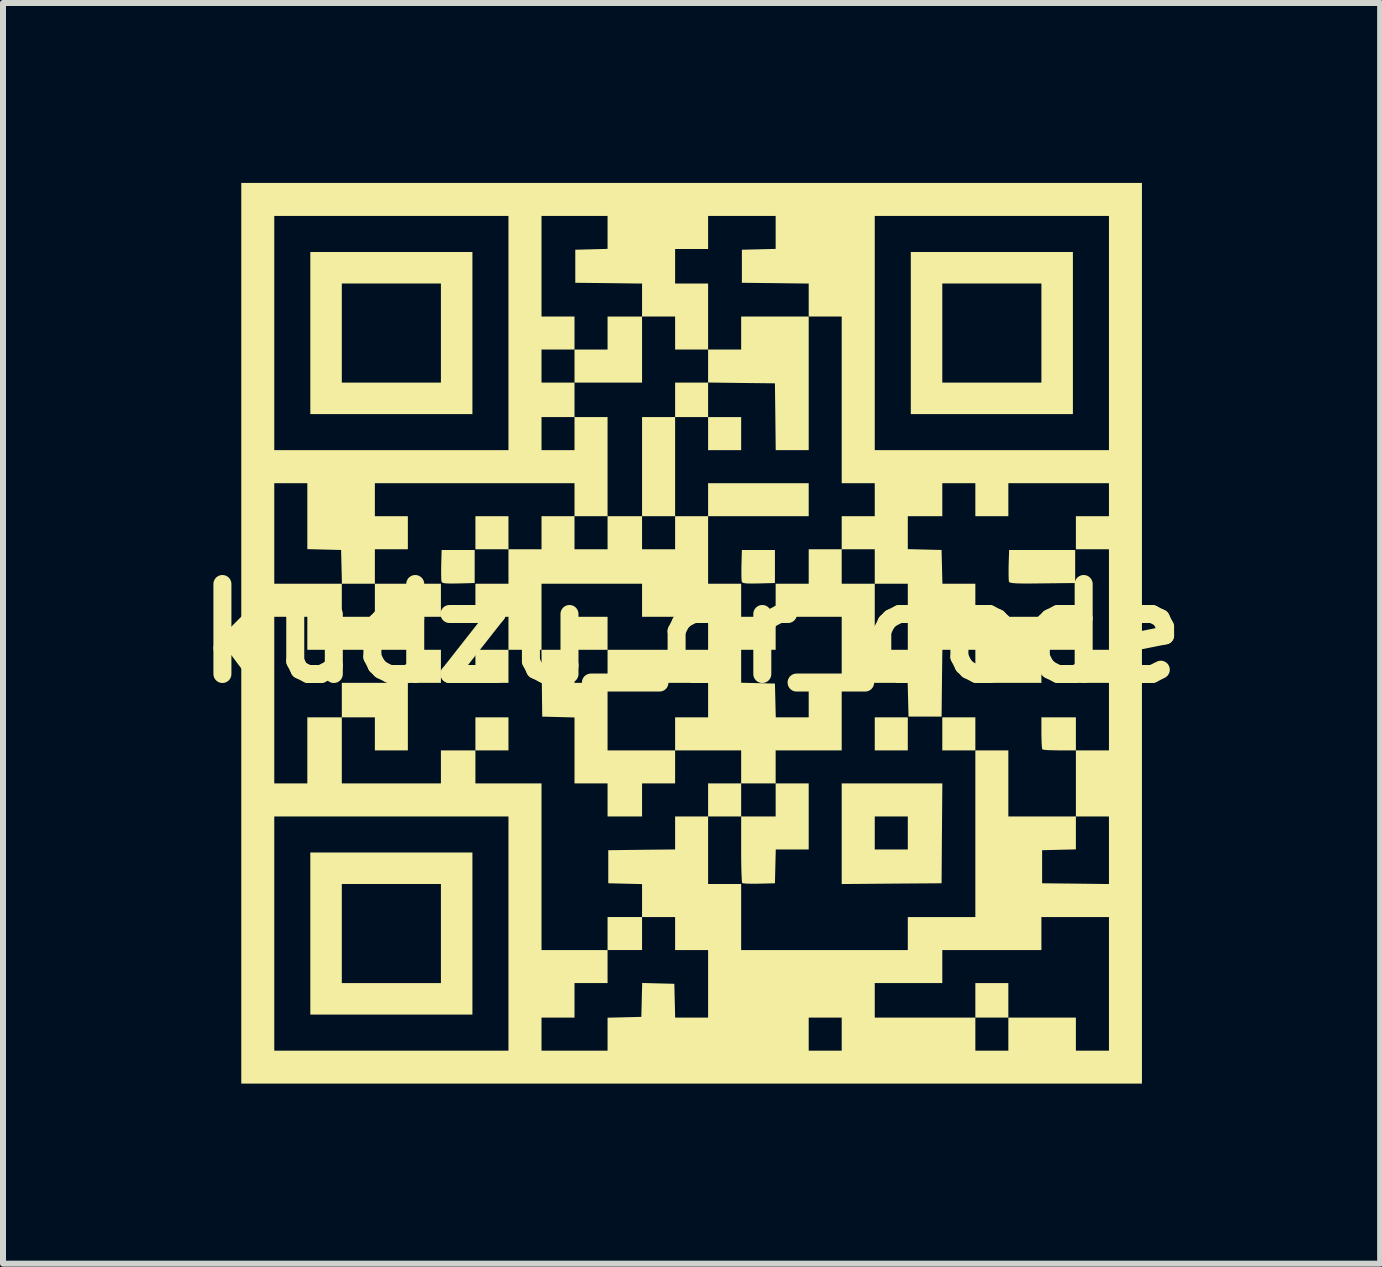
<source format=kicad_pcb>
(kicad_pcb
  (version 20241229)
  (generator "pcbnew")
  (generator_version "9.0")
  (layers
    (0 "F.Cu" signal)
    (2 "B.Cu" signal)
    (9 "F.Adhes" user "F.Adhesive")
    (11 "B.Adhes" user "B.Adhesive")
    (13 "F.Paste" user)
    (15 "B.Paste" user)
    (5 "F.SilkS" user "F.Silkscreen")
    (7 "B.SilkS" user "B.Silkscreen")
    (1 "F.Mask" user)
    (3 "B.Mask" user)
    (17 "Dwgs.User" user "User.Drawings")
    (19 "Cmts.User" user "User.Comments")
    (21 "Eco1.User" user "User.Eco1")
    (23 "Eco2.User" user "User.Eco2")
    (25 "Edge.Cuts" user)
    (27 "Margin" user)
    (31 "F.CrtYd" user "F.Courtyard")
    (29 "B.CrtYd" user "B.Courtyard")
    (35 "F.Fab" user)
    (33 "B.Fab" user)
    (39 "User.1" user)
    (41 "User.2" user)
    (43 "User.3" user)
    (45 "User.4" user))
  (footprint "kudzu_qr_code"
    (layer "F.Cu")
    (at 8.479 7.507)
    (property "Reference" "kudzu_qr_code" (at 0 0 0) (layer "F.SilkS") (effects (font (size 1.5 1.5) (thickness 0.3))))
    (attr board_only exclude_from_pos_files exclude_from_bom)
    (fp_poly (pts (xy -3.053 1.677) (xy -3.053 1.952) (xy -3.328 1.952) (xy -3.604 1.952) (xy -3.604 1.677) (xy -3.604 1.401) (xy -3.328 1.401) (xy -3.053 1.401)) (stroke (width 0) (type solid)) (fill yes) (layer "F.SilkS"))
    (fp_poly (pts (xy -1.401 0) (xy -1.401 0.275) (xy -1.677 0.275) (xy -1.952 0.275) (xy -1.952 0) (xy -1.952 -0.275) (xy -1.677 -0.275) (xy -1.401 -0.275)) (stroke (width 0) (type solid)) (fill yes) (layer "F.SilkS"))
    (fp_poly (pts (xy -0.826 5.005) (xy -0.826 5.28) (xy -1.114 5.28) (xy -1.401 5.28) (xy -1.401 5.005) (xy -1.401 4.73) (xy -1.114 4.73) (xy -0.826 4.73)) (stroke (width 0) (type solid)) (fill yes) (layer "F.SilkS"))
    (fp_poly (pts (xy 0.826 -3.328) (xy 0.826 -3.053) (xy 0.551 -3.053) (xy 0.275 -3.053) (xy 0.275 -3.328) (xy 0.275 -3.604) (xy 0.551 -3.604) (xy 0.826 -3.604)) (stroke (width 0) (type solid)) (fill yes) (layer "F.SilkS"))
    (fp_poly (pts (xy 3.604 1.677) (xy 3.604 1.952) (xy 3.328 1.952) (xy 3.053 1.952) (xy 3.053 1.677) (xy 3.053 1.401) (xy 3.328 1.401) (xy 3.604 1.401)) (stroke (width 0) (type solid)) (fill yes) (layer "F.SilkS"))
    (fp_poly (pts (xy 4.73 1.677) (xy 4.73 1.952) (xy 4.454 1.952) (xy 4.179 1.952) (xy 4.179 1.677) (xy 4.179 1.401) (xy 4.454 1.401) (xy 4.73 1.401)) (stroke (width 0) (type solid)) (fill yes) (layer "F.SilkS"))
    (fp_poly (pts (xy 5.28 6.119) (xy 5.28 6.406) (xy 5.005 6.406) (xy 4.73 6.406) (xy 4.73 6.119) (xy 4.73 5.831) (xy 5.005 5.831) (xy 5.28 5.831)) (stroke (width 0) (type solid)) (fill yes) (layer "F.SilkS"))
    (fp_poly (pts (xy -0.826 -4.73) (xy -0.826 -4.179) (xy -1.389 -4.179) (xy -1.952 -4.179) (xy -1.952 -4.454) (xy -1.952 -4.73) (xy -1.677 -4.73) (xy -1.401 -4.73) (xy -1.401 -5.005) (xy -1.401 -5.28) (xy -1.114 -5.28) (xy -0.826 -5.28)) (stroke (width 0) (type solid)) (fill yes) (layer "F.SilkS"))
    (fp_poly (pts (xy 6.406 1.677) (xy 6.406 1.952) (xy 6.135 1.952) (xy 6.023 1.95) (xy 5.931 1.947) (xy 5.868 1.941) (xy 5.847 1.935) (xy 5.84 1.905) (xy 5.835 1.835) (xy 5.832 1.739) (xy 5.831 1.66) (xy 5.831 1.401) (xy 6.119 1.401) (xy 6.406 1.401)) (stroke (width 0) (type solid)) (fill yes) (layer "F.SilkS"))
    (fp_poly (pts (xy -3.616 -1.114) (xy -3.616 -0.838) (xy -3.886 -0.831) (xy -4.012 -0.829) (xy -4.096 -0.832) (xy -4.145 -0.84) (xy -4.166 -0.855) (xy -4.168 -0.858) (xy -4.173 -0.896) (xy -4.175 -0.972) (xy -4.175 -1.073) (xy -4.174 -1.14) (xy -4.167 -1.389) (xy -3.891 -1.389) (xy -3.616 -1.389)) (stroke (width 0) (type solid)) (fill yes) (layer "F.SilkS"))
    (fp_poly (pts (xy 1.389 -1.114) (xy 1.389 -0.838) (xy 1.119 -0.831) (xy 0.993 -0.829) (xy 0.909 -0.832) (xy 0.86 -0.84) (xy 0.838 -0.855) (xy 0.837 -0.858) (xy 0.832 -0.896) (xy 0.83 -0.972) (xy 0.83 -1.073) (xy 0.831 -1.14) (xy 0.838 -1.389) (xy 1.114 -1.389) (xy 1.389 -1.389)) (stroke (width 0) (type solid)) (fill yes) (layer "F.SilkS"))
    (fp_poly (pts (xy 1.952 -4.167) (xy 1.952 -3.053) (xy 1.677 -3.053) (xy 1.402 -3.053) (xy 1.396 -3.61) (xy 1.389 -4.167) (xy 0.832 -4.173) (xy 0.275 -4.18) (xy 0.275 -4.454) (xy 0.275 -4.73) (xy 0.551 -4.73) (xy 0.826 -4.73) (xy 0.826 -5.005) (xy 0.826 -5.28) (xy 1.389 -5.28) (xy 1.952 -5.28)) (stroke (width 0) (type solid)) (fill yes) (layer "F.SilkS"))
    (fp_poly (pts (xy 6.394 -1.114) (xy 6.394 -0.838) (xy 5.849 -0.832) (xy 5.664 -0.83) (xy 5.523 -0.83) (xy 5.421 -0.832) (xy 5.352 -0.837) (xy 5.311 -0.845) (xy 5.293 -0.855) (xy 5.291 -0.858) (xy 5.286 -0.897) (xy 5.284 -0.972) (xy 5.284 -1.073) (xy 5.285 -1.14) (xy 5.293 -1.389) (xy 5.843 -1.389) (xy 6.394 -1.389)) (stroke (width 0) (type solid)) (fill yes) (layer "F.SilkS"))
    (fp_poly (pts (xy -3.654 -5.005) (xy -3.654 -3.654) (xy -5.005 -3.654) (xy -6.356 -3.654) (xy -6.356 -5.005) (xy -6.356 -5.831) (xy -5.831 -5.831) (xy -5.831 -5.005) (xy -5.831 -4.179) (xy -5.005 -4.179) (xy -4.179 -4.179) (xy -4.179 -5.005) (xy -4.179 -5.831) (xy -5.005 -5.831) (xy -5.831 -5.831) (xy -6.356 -5.831) (xy -6.356 -6.356) (xy -5.005 -6.356) (xy -3.654 -6.356)) (stroke (width 0) (type solid)) (fill yes) (layer "F.SilkS"))
    (fp_poly (pts (xy -3.654 5.005) (xy -3.654 6.356) (xy -5.005 6.356) (xy -6.356 6.356) (xy -6.356 5.005) (xy -6.356 4.179) (xy -5.831 4.179) (xy -5.831 5.005) (xy -5.831 5.831) (xy -5.005 5.831) (xy -4.179 5.831) (xy -4.179 5.005) (xy -4.179 4.179) (xy -5.005 4.179) (xy -5.831 4.179) (xy -6.356 4.179) (xy -6.356 3.654) (xy -5.005 3.654) (xy -3.654 3.654)) (stroke (width 0) (type solid)) (fill yes) (layer "F.SilkS"))
    (fp_poly (pts (xy 4.173 3.335) (xy 4.167 4.167) (xy 3.335 4.173) (xy 2.502 4.18) (xy 2.502 3.341) (xy 2.502 3.053) (xy 3.053 3.053) (xy 3.053 3.328) (xy 3.053 3.604) (xy 3.328 3.604) (xy 3.604 3.604) (xy 3.604 3.328) (xy 3.604 3.053) (xy 3.328 3.053) (xy 3.053 3.053) (xy 2.502 3.053) (xy 2.502 2.502) (xy 3.341 2.502) (xy 4.18 2.502)) (stroke (width 0) (type solid)) (fill yes) (layer "F.SilkS"))
    (fp_poly (pts (xy 6.356 -5.005) (xy 6.356 -3.654) (xy 5.005 -3.654) (xy 3.654 -3.654) (xy 3.654 -5.005) (xy 3.654 -5.831) (xy 4.179 -5.831) (xy 4.179 -5.005) (xy 4.179 -4.179) (xy 5.005 -4.179) (xy 5.831 -4.179) (xy 5.831 -5.005) (xy 5.831 -5.831) (xy 5.005 -5.831) (xy 4.179 -5.831) (xy 3.654 -5.831) (xy 3.654 -6.356) (xy 5.005 -6.356) (xy 6.356 -6.356)) (stroke (width 0) (type solid)) (fill yes) (layer "F.SilkS"))
    (fp_poly (pts (xy -4.179 0.551) (xy -4.179 0.826) (xy -4.454 0.826) (xy -4.73 0.826) (xy -4.73 1.389) (xy -4.73 1.952) (xy -5.005 1.952) (xy -5.28 1.952) (xy -5.28 1.677) (xy -5.28 1.401) (xy -5.555 1.401) (xy -5.831 1.401) (xy -5.831 1.114) (xy -5.831 0.826) (xy -5.28 0.826) (xy -4.73 0.826) (xy -4.73 0.551) (xy -4.73 0.275) (xy -4.454 0.275) (xy -4.179 0.275)) (stroke (width 0) (type solid)) (fill yes) (layer "F.SilkS"))
    (fp_poly (pts (xy 0.275 -3.892) (xy 0.275 -3.604) (xy 0 -3.604) (xy -0.275 -3.604) (xy -0.275 -2.778) (xy -0.275 -1.952) (xy 0 -1.952) (xy 0.275 -1.952) (xy 0.275 -2.227) (xy 0.275 -2.502) (xy 1.114 -2.502) (xy 1.952 -2.502) (xy 1.952 -2.227) (xy 1.952 -1.952) (xy 1.114 -1.952) (xy 0.275 -1.952) (xy 0.275 -1.389) (xy 0.275 -0.826) (xy 0.551 -0.826) (xy 0.826 -0.826) (xy 0.826 -0.551) (xy 0.826 -0.275) (xy 1.114 -0.275) (xy 1.401 -0.275) (xy 1.401 0) (xy 1.401 0.275) (xy 1.114 0.275) (xy 0.826 0.275) (xy 0.826 0.55) (xy 0.826 0.824) (xy 1.107 0.831) (xy 1.389 0.838) (xy 1.396 1.12) (xy 1.403 1.401) (xy 1.677 1.401) (xy 1.952 1.401) (xy 1.952 1.114) (xy 1.952 0.826) (xy 2.227 0.826) (xy 2.502 0.826) (xy 2.502 1.389) (xy 2.502 1.952) (xy 1.952 1.952) (xy 1.401 1.952) (xy 1.401 2.227) (xy 1.401 2.502) (xy 1.114 2.502) (xy 0.826 2.502) (xy 0.826 2.778) (xy 0.826 3.053) (xy 1.114 3.053) (xy 1.401 3.053) (xy 1.401 2.778) (xy 1.401 2.502) (xy 1.677 2.502) (xy 1.952 2.502) (xy 1.952 3.053) (xy 1.952 3.604) (xy 1.677 3.604) (xy 1.403 3.604) (xy 1.396 3.885) (xy 1.389 4.167) (xy 1.125 4.174) (xy 1.014 4.175) (xy 0.923 4.173) (xy 0.862 4.168) (xy 0.843 4.163) (xy 0.838 4.134) (xy 0.834 4.062) (xy 0.83 3.956) (xy 0.827 3.821) (xy 0.826 3.667) (xy 0.826 3.599) (xy 0.826 3.053) (xy 0.551 3.053) (xy 0.275 3.053) (xy 0.275 2.778) (xy 0.275 2.502) (xy 0.551 2.502) (xy 0.826 2.502) (xy 0.826 2.227) (xy 0.826 1.952) (xy 0.275 1.952) (xy -0.275 1.952) (xy -0.275 2.227) (xy -0.275 2.502) (xy -0.551 2.502) (xy -0.826 2.502) (xy -0.826 2.778) (xy -0.826 3.053) (xy -1.114 3.053) (xy -1.401 3.053) (xy -1.401 2.778) (xy -1.401 2.502) (xy -1.677 2.502) (xy -1.952 2.502) (xy -1.952 1.953) (xy -1.952 1.403) (xy -2.221 1.396) (xy -2.49 1.389) (xy -2.497 0.832) (xy -2.503 0.275) (xy -2.778 0.275) (xy -3.053 0.275) (xy -3.053 0.551) (xy -3.053 0.826) (xy -3.328 0.826) (xy -3.604 0.826) (xy -3.604 0.551) (xy -3.604 0.275) (xy -3.328 0.275) (xy -3.053 0.275) (xy -3.053 0) (xy -3.053 -0.275) (xy -3.328 -0.275) (xy -3.604 -0.275) (xy -3.604 -0.551) (xy -3.604 -0.826) (xy -3.328 -0.826) (xy -3.053 -0.826) (xy -2.502 -0.826) (xy -2.502 -0.275) (xy -2.502 0.275) (xy -2.227 0.275) (xy -1.952 0.275) (xy -1.952 0.551) (xy -1.952 0.826) (xy -1.677 0.826) (xy -1.401 0.826) (xy -1.401 1.389) (xy -1.401 1.952) (xy -0.838 1.952) (xy -0.275 1.952) (xy -0.275 1.677) (xy -0.275 1.401) (xy 0 1.401) (xy 0.275 1.401) (xy 0.275 1.114) (xy 0.275 0.826) (xy -0.563 0.826) (xy -1.401 0.826) (xy -1.401 0.551) (xy -1.401 0.275) (xy -0.563 0.275) (xy 0.275 0.275) (xy 0.275 0) (xy 0.275 -0.275) (xy -0.275 -0.275) (xy -0.826 -0.275) (xy -0.826 -0.551) (xy -0.826 -0.826) (xy -1.664 -0.826) (xy -2.502 -0.826) (xy -3.053 -0.826) (xy -3.053 -1.114) (xy -3.053 -1.401) (xy -3.328 -1.401) (xy -3.604 -1.401) (xy -3.604 -1.677) (xy -3.604 -1.952) (xy -3.328 -1.952) (xy -3.053 -1.952) (xy -3.053 -1.677) (xy -3.053 -1.401) (xy -2.778 -1.401) (xy -2.502 -1.401) (xy -2.502 -1.677) (xy -2.502 -1.952) (xy -2.227 -1.952) (xy -1.952 -1.952) (xy -1.952 -1.677) (xy -1.952 -1.401) (xy -1.677 -1.401) (xy -1.401 -1.401) (xy -1.401 -1.677) (xy -1.401 -1.952) (xy -1.114 -1.952) (xy -0.826 -1.952) (xy -0.826 -1.677) (xy -0.826 -1.401) (xy -0.551 -1.401) (xy -0.275 -1.401) (xy -0.275 -1.677) (xy -0.275 -1.952) (xy -0.551 -1.952) (xy -0.826 -1.952) (xy -0.826 -2.778) (xy -0.826 -3.604) (xy -0.551 -3.604) (xy -0.275 -3.604) (xy -0.275 -3.891) (xy -0.275 -4.179) (xy 0 -4.179) (xy 0.275 -4.179)) (stroke (width 0) (type solid)) (fill yes) (layer "F.SilkS"))
    (fp_poly (pts (xy 7.507 0) (xy 7.507 7.507) (xy 0 7.507) (xy -7.507 7.507) (xy -7.507 3.053) (xy -6.957 3.053) (xy -6.957 5.005) (xy -6.957 6.957) (xy -5.005 6.957) (xy -3.053 6.957) (xy -3.053 5.005) (xy -3.053 3.053) (xy -5.005 3.053) (xy -6.957 3.053) (xy -7.507 3.053) (xy -7.507 2.502) (xy -6.957 2.502) (xy -6.682 2.502) (xy -6.406 2.502) (xy -6.406 1.952) (xy -6.406 1.401) (xy -6.119 1.401) (xy -5.831 1.401) (xy -5.831 1.952) (xy -5.831 2.502) (xy -5.005 2.502) (xy -4.179 2.502) (xy -4.179 2.227) (xy -4.179 1.952) (xy -3.891 1.952) (xy -3.604 1.952) (xy -3.604 2.227) (xy -3.604 2.502) (xy -3.053 2.502) (xy -2.502 2.502) (xy -2.502 3.891) (xy -2.502 5.28) (xy -1.952 5.28) (xy -1.401 5.28) (xy -1.401 5.555) (xy -1.401 5.831) (xy -1.677 5.831) (xy -1.952 5.831) (xy -1.952 6.119) (xy -1.952 6.406) (xy -2.227 6.406) (xy -2.502 6.406) (xy -2.502 6.682) (xy -2.502 6.957) (xy -1.952 6.957) (xy -1.401 6.957) (xy -1.401 6.682) (xy -1.401 6.408) (xy -1.12 6.401) (xy -0.838 6.394) (xy -0.831 6.111) (xy -0.824 5.829) (xy -0.556 5.836) (xy -0.288 5.843) (xy -0.281 6.125) (xy -0.274 6.406) (xy 0.001 6.406) (xy 0.275 6.406) (xy 1.952 6.406) (xy 1.952 6.682) (xy 1.952 6.957) (xy 2.227 6.957) (xy 2.502 6.957) (xy 2.502 6.682) (xy 2.502 6.406) (xy 3.053 6.406) (xy 3.891 6.406) (xy 4.73 6.406) (xy 4.73 6.682) (xy 4.73 6.957) (xy 5.005 6.957) (xy 5.28 6.957) (xy 5.28 6.682) (xy 5.28 6.406) (xy 5.843 6.406) (xy 6.406 6.406) (xy 6.406 6.682) (xy 6.406 6.957) (xy 6.682 6.957) (xy 6.957 6.957) (xy 6.957 5.843) (xy 6.957 4.73) (xy 6.394 4.73) (xy 5.831 4.73) (xy 5.831 5.005) (xy 5.831 5.28) (xy 5.005 5.28) (xy 4.179 5.28) (xy 4.179 5.555) (xy 4.179 5.831) (xy 3.616 5.831) (xy 3.053 5.831) (xy 3.053 6.119) (xy 3.053 6.406) (xy 2.502 6.406) (xy 2.227 6.406) (xy 1.952 6.406) (xy 0.275 6.406) (xy 0.275 5.843) (xy 0.275 5.28) (xy 0 5.28) (xy -0.275 5.28) (xy -0.275 5.005) (xy -0.275 4.73) (xy -0.551 4.73) (xy -0.826 4.73) (xy -0.826 4.455) (xy -0.826 4.181) (xy -1.107 4.174) (xy -1.389 4.167) (xy -1.389 3.891) (xy -1.389 3.616) (xy -0.832 3.609) (xy -0.275 3.603) (xy -0.275 3.328) (xy -0.275 3.053) (xy 0 3.053) (xy 0.275 3.053) (xy 0.275 3.616) (xy 0.275 4.179) (xy 0.551 4.179) (xy 0.826 4.179) (xy 0.826 4.73) (xy 0.826 5.28) (xy 2.215 5.28) (xy 3.604 5.28) (xy 3.604 5.005) (xy 3.604 4.73) (xy 4.167 4.73) (xy 4.73 4.73) (xy 4.73 4.167) (xy 5.843 4.167) (xy 6.4 4.173) (xy 6.957 4.18) (xy 6.957 3.617) (xy 6.957 3.053) (xy 6.682 3.053) (xy 6.406 3.053) (xy 6.406 3.327) (xy 6.406 3.602) (xy 6.125 3.609) (xy 5.843 3.616) (xy 5.843 3.891) (xy 5.843 4.167) (xy 4.73 4.167) (xy 4.73 3.341) (xy 4.73 1.952) (xy 5.005 1.952) (xy 5.28 1.952) (xy 5.28 2.502) (xy 5.28 3.053) (xy 5.843 3.053) (xy 6.406 3.053) (xy 6.406 2.502) (xy 6.406 1.952) (xy 6.682 1.952) (xy 6.957 1.952) (xy 6.957 1.389) (xy 6.957 0.826) (xy 6.682 0.826) (xy 6.406 0.826) (xy 6.406 0.551) (xy 6.406 0.275) (xy 6.682 0.275) (xy 6.957 0.275) (xy 6.957 -0.563) (xy 6.957 -1.401) (xy 6.682 -1.401) (xy 6.406 -1.401) (xy 6.406 -1.677) (xy 6.406 -1.952) (xy 6.682 -1.952) (xy 6.957 -1.952) (xy 6.957 -2.227) (xy 6.957 -2.502) (xy 6.119 -2.502) (xy 5.28 -2.502) (xy 5.28 -2.227) (xy 5.28 -1.952) (xy 5.005 -1.952) (xy 4.73 -1.952) (xy 4.73 -2.227) (xy 4.73 -2.502) (xy 4.454 -2.502) (xy 4.179 -2.502) (xy 4.179 -2.227) (xy 4.179 -1.952) (xy 3.891 -1.952) (xy 3.604 -1.952) (xy 3.604 -1.677) (xy 3.604 -1.403) (xy 3.885 -1.396) (xy 4.167 -1.389) (xy 4.174 -1.107) (xy 4.181 -0.826) (xy 4.455 -0.826) (xy 4.73 -0.826) (xy 4.73 -0.551) (xy 4.73 -0.275) (xy 5.568 -0.275) (xy 6.406 -0.275) (xy 6.406 0) (xy 6.406 0.275) (xy 6.119 0.275) (xy 5.831 0.275) (xy 5.831 0.551) (xy 5.831 0.826) (xy 5.28 0.826) (xy 4.73 0.826) (xy 4.73 0.551) (xy 4.73 0.275) (xy 4.455 0.275) (xy 4.18 0.275) (xy 4.173 0.832) (xy 4.167 1.389) (xy 3.891 1.389) (xy 3.616 1.389) (xy 3.609 1.107) (xy 3.602 0.826) (xy 3.052 0.826) (xy 2.502 0.826) (xy 2.502 0.275) (xy 2.502 -0.275) (xy 1.952 -0.275) (xy 1.401 -0.275) (xy 1.401 -0.551) (xy 1.401 -0.826) (xy 1.677 -0.826) (xy 1.952 -0.826) (xy 1.952 -1.114) (xy 1.952 -1.401) (xy 2.227 -1.401) (xy 2.502 -1.401) (xy 2.502 -1.114) (xy 2.502 -0.826) (xy 2.778 -0.826) (xy 3.053 -0.826) (xy 3.053 -0.275) (xy 3.053 0.275) (xy 3.328 0.275) (xy 3.604 0.275) (xy 3.604 -0.275) (xy 3.604 -0.826) (xy 3.328 -0.826) (xy 3.053 -0.826) (xy 3.053 -1.114) (xy 3.053 -1.401) (xy 2.778 -1.401) (xy 2.502 -1.401) (xy 2.502 -1.677) (xy 2.502 -1.952) (xy 2.778 -1.952) (xy 3.053 -1.952) (xy 3.053 -2.227) (xy 3.053 -2.502) (xy 2.778 -2.502) (xy 2.502 -2.502) (xy 2.502 -3.891) (xy 2.502 -5.28) (xy 2.227 -5.28) (xy 1.952 -5.28) (xy 1.952 -5.555) (xy 1.952 -5.83) (xy 1.395 -5.837) (xy 0.838 -5.843) (xy 0.838 -6.119) (xy 0.838 -6.394) (xy 1.12 -6.401) (xy 1.401 -6.408) (xy 1.401 -6.682) (xy 1.401 -6.957) (xy 3.053 -6.957) (xy 3.053 -5.005) (xy 3.053 -3.053) (xy 5.005 -3.053) (xy 6.957 -3.053) (xy 6.957 -5.005) (xy 6.957 -6.957) (xy 5.005 -6.957) (xy 3.053 -6.957) (xy 1.401 -6.957) (xy 0.838 -6.957) (xy 0.275 -6.957) (xy 0.275 -6.682) (xy 0.275 -6.406) (xy 0 -6.406) (xy -0.275 -6.406) (xy -0.275 -6.119) (xy -0.275 -5.831) (xy 0 -5.831) (xy 0.275 -5.831) (xy 0.275 -5.28) (xy 0.275 -4.73) (xy 0 -4.73) (xy -0.275 -4.73) (xy -0.275 -5.005) (xy -0.275 -5.28) (xy -0.551 -5.28) (xy -0.826 -5.28) (xy -0.826 -5.555) (xy -0.826 -5.83) (xy -1.383 -5.837) (xy -1.939 -5.843) (xy -1.939 -6.119) (xy -1.939 -6.394) (xy -1.67 -6.401) (xy -1.401 -6.408) (xy -1.401 -6.682) (xy -1.401 -6.957) (xy -1.952 -6.957) (xy -2.502 -6.957) (xy -2.502 -6.119) (xy -2.502 -5.28) (xy -2.227 -5.28) (xy -1.952 -5.28) (xy -1.952 -5.005) (xy -1.952 -4.73) (xy -2.227 -4.73) (xy -2.502 -4.73) (xy -2.502 -4.454) (xy -2.502 -4.179) (xy -2.227 -4.179) (xy -1.952 -4.179) (xy -1.952 -3.891) (xy -1.952 -3.604) (xy -2.227 -3.604) (xy -2.502 -3.604) (xy -2.502 -3.328) (xy -2.502 -3.053) (xy -2.227 -3.053) (xy -1.952 -3.053) (xy -1.952 -3.328) (xy -1.952 -3.604) (xy -1.677 -3.604) (xy -1.401 -3.604) (xy -1.401 -2.778) (xy -1.401 -1.952) (xy -1.677 -1.952) (xy -1.952 -1.952) (xy -1.952 -2.227) (xy -1.952 -2.502) (xy -3.616 -2.502) (xy -5.28 -2.502) (xy -5.28 -2.227) (xy -5.28 -1.952) (xy -5.005 -1.952) (xy -4.73 -1.952) (xy -4.73 -1.677) (xy -4.73 -1.401) (xy -5.005 -1.401) (xy -5.28 -1.401) (xy -5.28 -1.114) (xy -5.28 -0.826) (xy -5.555 -0.826) (xy -5.829 -0.826) (xy -5.836 -1.107) (xy -5.843 -1.389) (xy -6.125 -1.396) (xy -6.406 -1.403) (xy -6.406 -1.953) (xy -6.406 -2.502) (xy -6.682 -2.502) (xy -6.957 -2.502) (xy -6.957 -1.664) (xy -6.957 -0.826) (xy -6.394 -0.826) (xy -5.831 -0.826) (xy -5.831 -0.551) (xy -5.831 -0.275) (xy -5.555 -0.275) (xy -5.28 -0.275) (xy -5.28 -0.551) (xy -5.28 -0.826) (xy -4.73 -0.826) (xy -4.179 -0.826) (xy -4.179 -0.551) (xy -4.179 -0.275) (xy -4.454 -0.275) (xy -4.73 -0.275) (xy -4.73 0) (xy -4.73 0.275) (xy -5.568 0.275) (xy -6.406 0.275) (xy -6.406 0) (xy -6.406 -0.275) (xy -6.682 -0.275) (xy -6.957 -0.275) (xy -6.957 1.114) (xy -6.957 2.502) (xy -7.507 2.502) (xy -7.507 0) (xy -7.507 -6.957) (xy -6.957 -6.957) (xy -6.957 -5.005) (xy -6.957 -3.053) (xy -5.005 -3.053) (xy -3.053 -3.053) (xy -3.053 -5.005) (xy -3.053 -6.957) (xy -5.005 -6.957) (xy -6.957 -6.957) (xy -7.507 -6.957) (xy -7.507 -7.507) (xy 0 -7.507) (xy 7.507 -7.507)) (stroke (width 0) (type solid)) (fill yes) (layer "F.SilkS")))
  (gr_rect
    (start -3 -3)
    (end 19.957 18.015)
    (stroke (width 0.1) (type default))
    (fill no)
    (layer "Edge.Cuts")))
</source>
